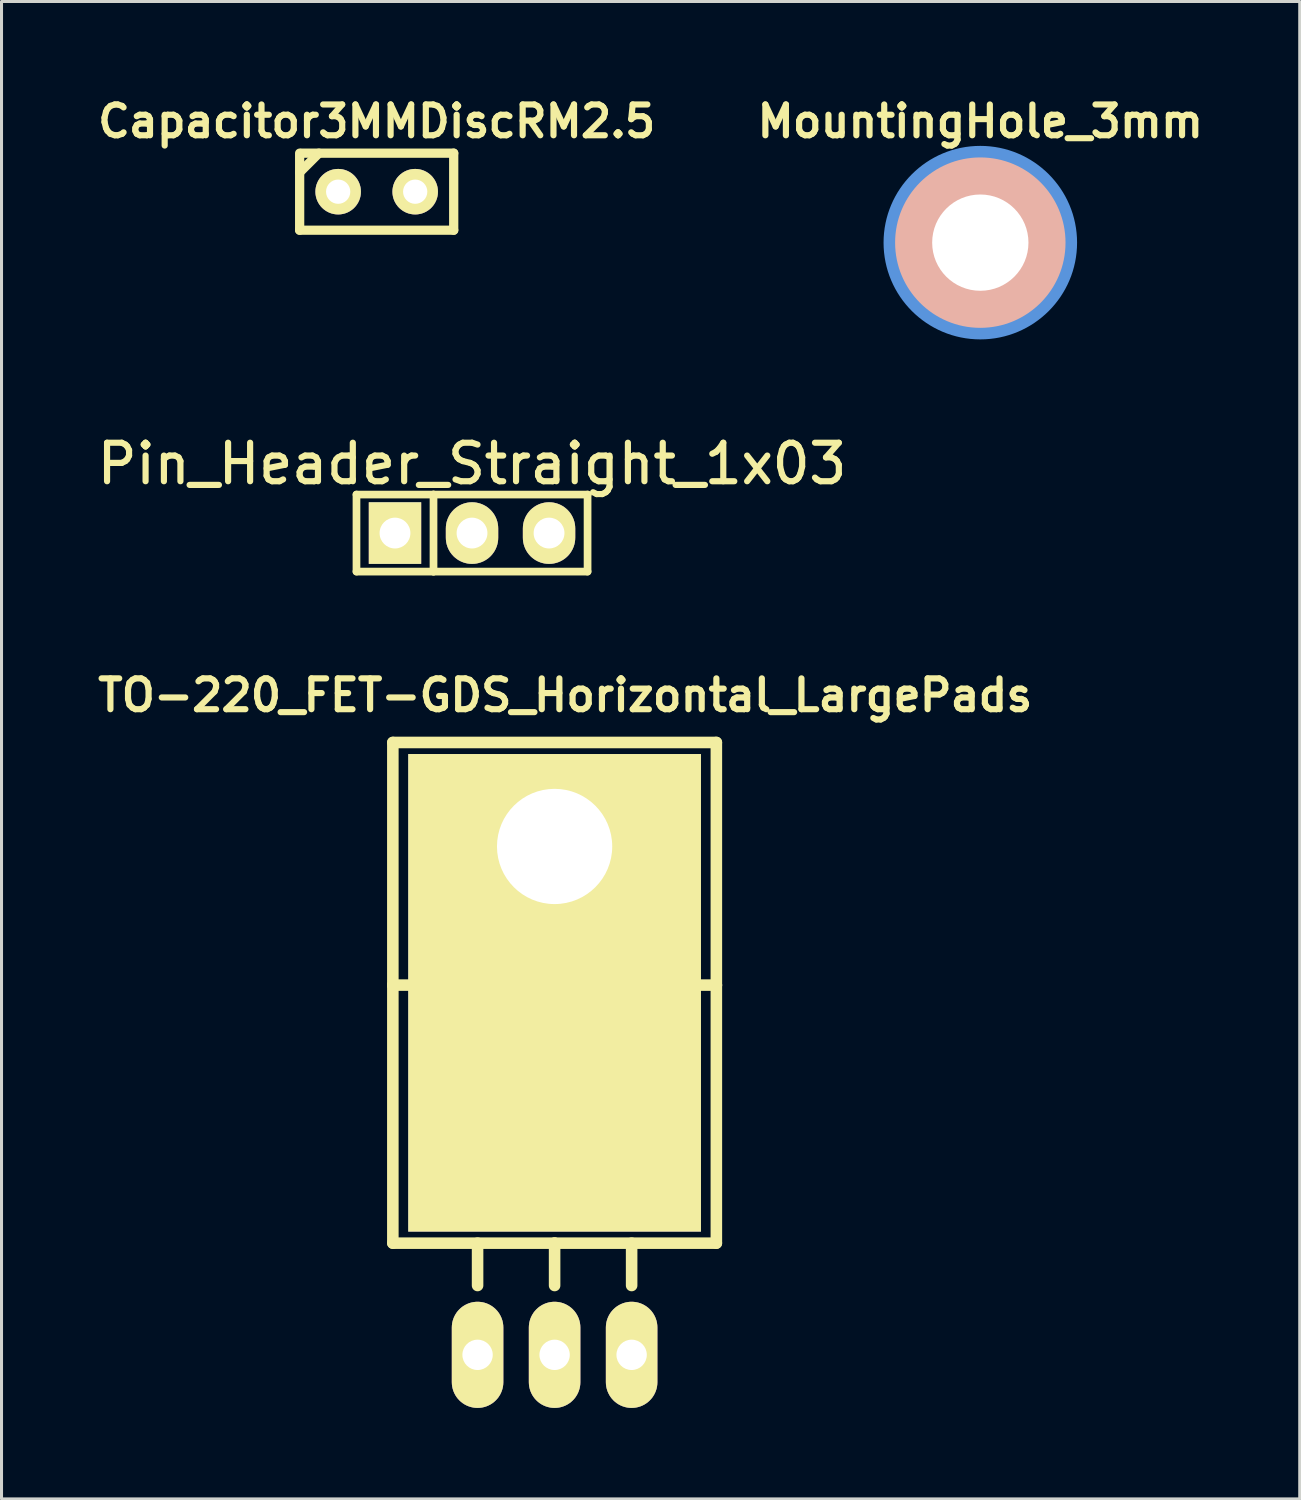
<source format=kicad_pcb>
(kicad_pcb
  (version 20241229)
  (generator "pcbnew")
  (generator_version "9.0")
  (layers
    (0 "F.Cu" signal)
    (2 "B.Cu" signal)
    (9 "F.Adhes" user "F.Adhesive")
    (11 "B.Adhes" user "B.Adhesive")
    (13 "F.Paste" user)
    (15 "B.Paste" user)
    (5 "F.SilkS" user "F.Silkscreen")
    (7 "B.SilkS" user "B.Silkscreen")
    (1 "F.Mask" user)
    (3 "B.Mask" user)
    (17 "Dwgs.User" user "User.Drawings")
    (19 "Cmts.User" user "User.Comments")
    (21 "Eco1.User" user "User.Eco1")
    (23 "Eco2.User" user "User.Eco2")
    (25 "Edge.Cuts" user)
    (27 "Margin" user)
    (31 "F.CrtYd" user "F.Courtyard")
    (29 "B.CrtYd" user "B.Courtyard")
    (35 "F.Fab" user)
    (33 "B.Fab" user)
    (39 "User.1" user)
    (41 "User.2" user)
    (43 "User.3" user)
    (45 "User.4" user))
  (footprint "Pin_Header_Straight_1x03"
    (layer "F.Cu")
    (at 12.515 14.528)
    (property "Reference" "Pin_Header_Straight_1x03" (at 0 -2.286 0) (layer "F.SilkS") (effects (font (size 1.27 1.27) (thickness 0.203))))
    (attr through_hole)
    (fp_line (start -3.81 -1.27) (end -3.81 1.27) (stroke (width 0.254) (type solid)) (layer "F.SilkS"))
    (fp_line (start -3.81 -1.27) (end -1.27 -1.27) (stroke (width 0.254) (type solid)) (layer "F.SilkS"))
    (fp_line (start -3.81 1.27) (end -1.27 1.27) (stroke (width 0.254) (type solid)) (layer "F.SilkS"))
    (fp_line (start -1.27 -1.27) (end -1.27 1.27) (stroke (width 0.254) (type solid)) (layer "F.SilkS"))
    (fp_line (start -1.27 1.27) (end 3.81 1.27) (stroke (width 0.254) (type solid)) (layer "F.SilkS"))
    (fp_line (start 3.81 -1.27) (end -1.27 -1.27) (stroke (width 0.254) (type solid)) (layer "F.SilkS"))
    (fp_line (start 3.81 1.27) (end 3.81 -1.27) (stroke (width 0.254) (type solid)) (layer "F.SilkS"))
    (pad "1" thru_hole rect (at -2.54 0) (size 1.727 2.032) (drill 1.016) (layers "*.Cu" "*.Mask" "F.SilkS"))
    (pad "2" thru_hole oval (at 0 0) (size 1.727 2.032) (drill 1.016) (layers "*.Cu" "*.Mask" "F.SilkS"))
    (pad "3" thru_hole oval (at 2.54 0) (size 1.727 2.032) (drill 1.016) (layers "*.Cu" "*.Mask" "F.SilkS")))
  (footprint "MountingHole_3mm"
    (layer "F.Cu")
    (at 29.276 4.951)
    (property "Reference" "MountingHole_3mm" (at 0 -4 0) (layer "F.SilkS") (effects (font (size 1.016 1.016) (thickness 0.203))))
    (attr through_hole)
    (fp_circle (center 0 0) (end 3 0) (stroke (width 0.381) (type solid)) (fill no) (layer "Cmts.User"))
    (pad "1" thru_hole circle (at 0 0) (size 6 6) (drill 3.175) (layers "*.Cu" "*.SilkS")))
  (footprint "TO-220_FET-GDS_Horizontal_LargePads"
    (layer "F.Cu")
    (at 15.238 41.626)
    (property "Reference" "TO-220_FET-GDS_Horizontal_LargePads" (at 0.351 -21.75 0) (layer "F.SilkS") (effects (font (size 1.016 1.016) (thickness 0.203))))
    (attr through_hole)
    (fp_line (start -5.334 -20.193) (end -5.334 -12.192) (stroke (width 0.381) (type solid)) (layer "F.SilkS"))
    (fp_line (start -5.334 -12.192) (end -5.334 -3.683) (stroke (width 0.381) (type solid)) (layer "F.SilkS"))
    (fp_line (start -2.54 -3.683) (end -2.54 -2.286) (stroke (width 0.381) (type solid)) (layer "F.SilkS"))
    (fp_line (start 0 -3.683) (end -5.334 -3.683) (stroke (width 0.381) (type solid)) (layer "F.SilkS"))
    (fp_line (start 0 -3.683) (end 0 -2.286) (stroke (width 0.381) (type solid)) (layer "F.SilkS"))
    (fp_line (start 0 -3.683) (end 5.334 -3.683) (stroke (width 0.381) (type solid)) (layer "F.SilkS"))
    (fp_line (start 2.54 -3.683) (end 2.54 -2.286) (stroke (width 0.381) (type solid)) (layer "F.SilkS"))
    (fp_line (start 5.334 -20.193) (end -5.334 -20.193) (stroke (width 0.381) (type solid)) (layer "F.SilkS"))
    (fp_line (start 5.334 -12.192) (end -5.334 -12.192) (stroke (width 0.381) (type solid)) (layer "F.SilkS"))
    (fp_line (start 5.334 -12.192) (end 5.334 -20.193) (stroke (width 0.381) (type solid)) (layer "F.SilkS"))
    (fp_line (start 5.334 -3.683) (end 5.334 -12.192) (stroke (width 0.381) (type solid)) (layer "F.SilkS"))
    (fp_circle (center 0 -16.764) (end 1.778 -14.986) (stroke (width 0.381) (type solid)) (fill no) (layer "F.SilkS"))
    (fp_text user "G" (at -2.54 -5.08 0) (layer "F.SilkS") (effects (font (size 1.001 1.001) (thickness 0.251))))
    (fp_text user "D" (at 0 -5.08 0) (layer "F.SilkS") (effects (font (size 1.001 1.001) (thickness 0.251))))
    (fp_text user "S" (at 2.54 -5.08 0) (layer "F.SilkS") (effects (font (size 1.001 1.001) (thickness 0.251))))
    (pad "" thru_hole rect (at 0 -16.764 90) (size 15.748 9.652) (drill 3.8 (offset -4.826 0)) (layers "*.Cu" "F.Mask" "F.SilkS"))
    (pad "D" thru_hole oval (at 0 0 90) (size 3.5 1.699) (drill 1.001) (layers "*.Cu" "*.Mask" "F.SilkS"))
    (pad "G" thru_hole oval (at -2.54 0 90) (size 3.5 1.699) (drill 1.001) (layers "*.Cu" "*.Mask" "F.SilkS"))
    (pad "S" thru_hole oval (at 2.54 0 90) (size 3.5 1.699) (drill 1.001) (layers "*.Cu" "*.Mask" "F.SilkS")))
  (footprint "Capacitor3MMDiscRM2.5"
    (layer "F.Cu")
    (at 9.371 3.271)
    (property "Reference" "Capacitor3MMDiscRM2.5" (at 0 -2.32 0) (layer "F.SilkS") (effects (font (size 1.016 1.016) (thickness 0.203))))
    (attr through_hole)
    (fp_line (start -2.54 -0.635) (end -1.905 -1.27) (stroke (width 0.305) (type solid)) (layer "F.SilkS"))
    (fp_line (start -2.54 1.27) (end -2.54 -1.27) (stroke (width 0.305) (type solid)) (layer "F.SilkS"))
    (fp_line (start -2.489 -1.27) (end 2.54 -1.27) (stroke (width 0.305) (type solid)) (layer "F.SilkS"))
    (fp_line (start 2.54 -1.27) (end 2.54 1.27) (stroke (width 0.305) (type solid)) (layer "F.SilkS"))
    (fp_line (start 2.54 1.27) (end -2.54 1.27) (stroke (width 0.305) (type solid)) (layer "F.SilkS"))
    (pad "1" thru_hole circle (at -1.27 0) (size 1.501 1.501) (drill 0.8) (layers "*.Cu" "*.Mask" "F.SilkS"))
    (pad "2" thru_hole circle (at 1.27 0) (size 1.501 1.501) (drill 0.8) (layers "*.Cu" "*.Mask" "F.SilkS")))
  (gr_rect
    (start -3 -3)
    (end 39.809 46.376)
    (stroke (width 0.1) (type default))
    (fill no)
    (layer "Edge.Cuts")))
</source>
